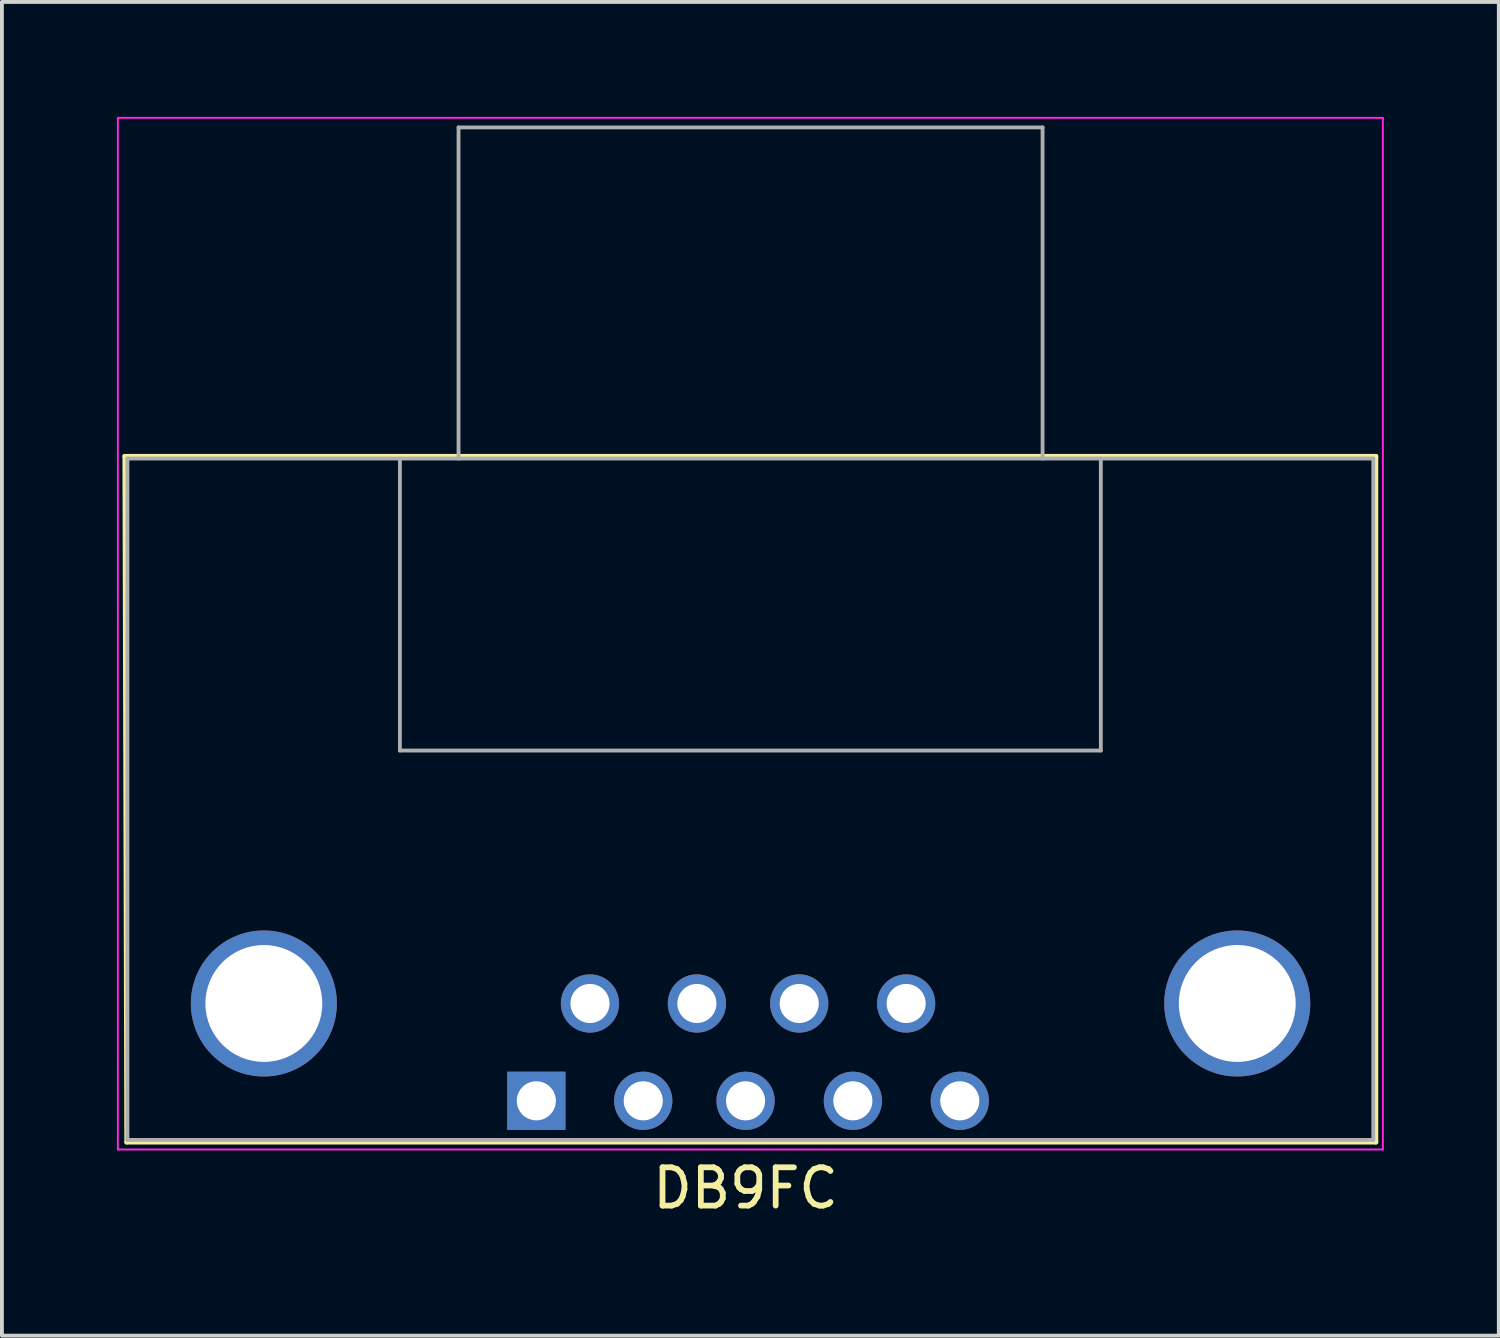
<source format=kicad_pcb>
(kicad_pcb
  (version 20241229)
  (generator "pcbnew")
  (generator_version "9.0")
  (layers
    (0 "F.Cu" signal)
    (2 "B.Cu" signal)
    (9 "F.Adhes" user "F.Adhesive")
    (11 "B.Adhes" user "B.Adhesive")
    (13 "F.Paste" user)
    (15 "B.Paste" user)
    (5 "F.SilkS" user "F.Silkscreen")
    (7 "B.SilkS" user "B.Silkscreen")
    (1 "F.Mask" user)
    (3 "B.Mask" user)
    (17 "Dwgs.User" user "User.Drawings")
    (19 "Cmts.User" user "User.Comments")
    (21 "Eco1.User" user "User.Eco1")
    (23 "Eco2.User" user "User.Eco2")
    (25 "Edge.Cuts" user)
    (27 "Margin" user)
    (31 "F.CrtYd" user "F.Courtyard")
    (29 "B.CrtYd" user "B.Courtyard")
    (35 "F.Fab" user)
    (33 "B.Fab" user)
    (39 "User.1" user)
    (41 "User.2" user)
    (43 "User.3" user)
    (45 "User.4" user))
  (footprint "DB9FC"
    (layer "F.Cu")
    (at 10.945 25.675)
    (property "Reference" "DB9FC" (at 5.46 2.28 0) (layer "F.SilkS") (effects (font (size 1 1) (thickness 0.15))))
    (attr through_hole)
    (fp_line (start -10.74 -16.82) (end -10.69 1.08) (stroke (width 0.12) (type solid)) (layer "F.SilkS"))
    (fp_line (start -10.69 1.08) (end 21.91 1.08) (stroke (width 0.12) (type solid)) (layer "F.SilkS"))
    (fp_line (start 21.91 -16.82) (end -10.74 -16.82) (stroke (width 0.12) (type solid)) (layer "F.SilkS"))
    (fp_line (start 21.91 1.08) (end 21.91 -16.82) (stroke (width 0.12) (type solid)) (layer "F.SilkS"))
    (fp_line (start -10.92 -25.65) (end -10.92 1.27) (stroke (width 0.05) (type solid)) (layer "F.CrtYd"))
    (fp_line (start -10.92 -25.65) (end 22.09 -25.65) (stroke (width 0.05) (type solid)) (layer "F.CrtYd"))
    (fp_line (start 22.09 1.27) (end -10.92 1.27) (stroke (width 0.05) (type solid)) (layer "F.CrtYd"))
    (fp_line (start 22.09 1.27) (end 22.09 -25.65) (stroke (width 0.05) (type solid)) (layer "F.CrtYd"))
    (fp_line (start -10.67 -16.76) (end -10.67 1.02) (stroke (width 0.1) (type solid)) (layer "F.Fab"))
    (fp_line (start -10.67 1.02) (end 21.84 1.02) (stroke (width 0.1) (type solid)) (layer "F.Fab"))
    (fp_line (start -3.56 -16.76) (end -3.56 -9.14) (stroke (width 0.1) (type solid)) (layer "F.Fab"))
    (fp_line (start -3.56 -9.14) (end 14.73 -9.14) (stroke (width 0.1) (type solid)) (layer "F.Fab"))
    (fp_line (start -2.03 -25.4) (end 13.21 -25.4) (stroke (width 0.1) (type solid)) (layer "F.Fab"))
    (fp_line (start -2.03 -16.76) (end -2.03 -25.4) (stroke (width 0.1) (type solid)) (layer "F.Fab"))
    (fp_line (start 13.21 -25.4) (end 13.21 -16.76) (stroke (width 0.1) (type solid)) (layer "F.Fab"))
    (fp_line (start 14.73 -9.14) (end 14.73 -16.76) (stroke (width 0.1) (type solid)) (layer "F.Fab"))
    (fp_line (start 21.84 -16.76) (end -10.67 -16.76) (stroke (width 0.1) (type solid)) (layer "F.Fab"))
    (fp_line (start 21.84 1.02) (end 21.84 -16.76) (stroke (width 0.1) (type solid)) (layer "F.Fab"))
    (pad "0" thru_hole circle (at -7.11 -2.54) (size 3.81 3.81) (drill 3.05) (layers "*.Cu" "*.Mask"))
    (pad "0" thru_hole circle (at 18.29 -2.54) (size 3.81 3.81) (drill 3.05) (layers "*.Cu" "*.Mask"))
    (pad "1" thru_hole rect (at 0 0) (size 1.52 1.52) (drill 1.02) (layers "*.Cu" "*.Mask"))
    (pad "2" thru_hole circle (at 2.79 0) (size 1.52 1.52) (drill 1.02) (layers "*.Cu" "*.Mask"))
    (pad "3" thru_hole circle (at 5.46 0) (size 1.52 1.52) (drill 1.02) (layers "*.Cu" "*.Mask"))
    (pad "4" thru_hole circle (at 8.26 0) (size 1.52 1.52) (drill 1.02) (layers "*.Cu" "*.Mask"))
    (pad "5" thru_hole circle (at 11.05 0) (size 1.52 1.52) (drill 1.02) (layers "*.Cu" "*.Mask"))
    (pad "6" thru_hole circle (at 1.4 -2.54) (size 1.52 1.52) (drill 1.02) (layers "*.Cu" "*.Mask"))
    (pad "7" thru_hole circle (at 4.19 -2.54) (size 1.52 1.52) (drill 1.02) (layers "*.Cu" "*.Mask"))
    (pad "8" thru_hole circle (at 6.86 -2.54) (size 1.52 1.52) (drill 1.02) (layers "*.Cu" "*.Mask"))
    (pad "9" thru_hole circle (at 9.65 -2.54) (size 1.52 1.52) (drill 1.02) (layers "*.Cu" "*.Mask")))
  (gr_rect
    (start -3 -3)
    (end 36.06 31.803)
    (stroke (width 0.1) (type default))
    (fill no)
    (layer "Edge.Cuts")))
</source>
